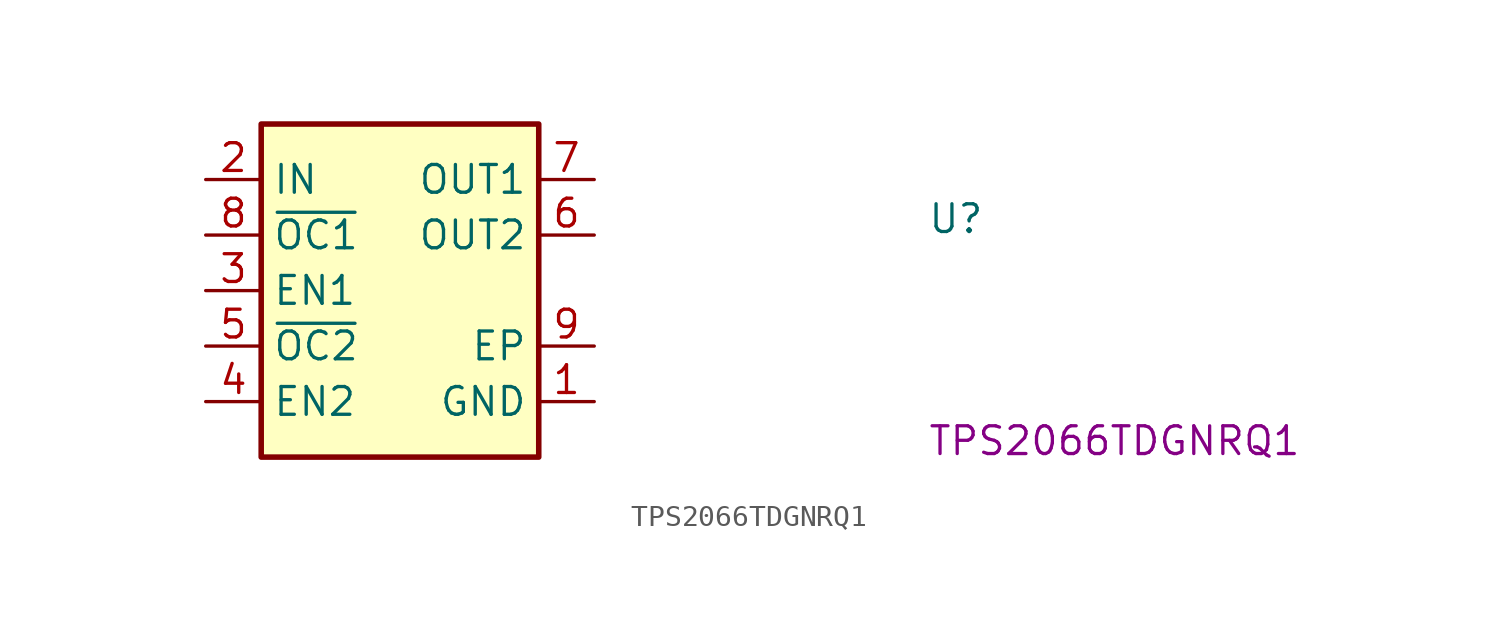
<source format=kicad_sym>
(kicad_symbol_lib
  (version 20220914)
  (generator kicad_symbol_editor)
  (symbol "TPS2066TDGNRQ1"
    (property "Reference" "U"
      (at 33.02 -2.54 0)
      (effects (font (size 1.27 1.27) (thickness 0.15)) (justify left bottom)))
    (property "MPN" "TPS2066TDGNRQ1"
      (at 33.02 -12.7 0)
      (effects (font (size 1.27 1.27) (thickness 0.15)) (justify left bottom)))
    (symbol "TPS2066TDGNRQ1_1_1"
      (rectangle (start 2.54 2.54) (end 15.24 -12.7) (stroke (width 0.254) (type default)) (fill (type background)))
      (pin power_in line (at 17.78 -10.16 180) (length 2.54) (name "GND" (effects (font (size 1.27 1.27)))) (number "1" (effects (font (size 1.27 1.27)))))
      (pin power_in line (at 0 0 0) (length 2.54) (name "IN" (effects (font (size 1.27 1.27)))) (number "2" (effects (font (size 1.27 1.27)))))
      (pin input line (at 0 -5.08 0) (length 2.54) (name "EN1" (effects (font (size 1.27 1.27)))) (number "3" (effects (font (size 1.27 1.27)))))
      (pin input line (at 0 -10.16 0) (length 2.54) (name "EN2" (effects (font (size 1.27 1.27)))) (number "4" (effects (font (size 1.27 1.27)))))
      (pin output line (at 0 -7.62 0) (length 2.54) (name "~{OC2}" (effects (font (size 1.27 1.27)))) (number "5" (effects (font (size 1.27 1.27)))))
      (pin output line (at 17.78 -2.54 180) (length 2.54) (name "OUT2" (effects (font (size 1.27 1.27)))) (number "6" (effects (font (size 1.27 1.27)))))
      (pin output line (at 17.78 0 180) (length 2.54) (name "OUT1" (effects (font (size 1.27 1.27)))) (number "7" (effects (font (size 1.27 1.27)))))
      (pin output line (at 0 -2.54 0) (length 2.54) (name "~{OC1}" (effects (font (size 1.27 1.27)))) (number "8" (effects (font (size 1.27 1.27)))))
      (pin passive line (at 17.78 -7.62 180) (length 2.54) (name "EP" (effects (font (size 1.27 1.27)))) (number "9" (effects (font (size 1.27 1.27))))))))
</source>
